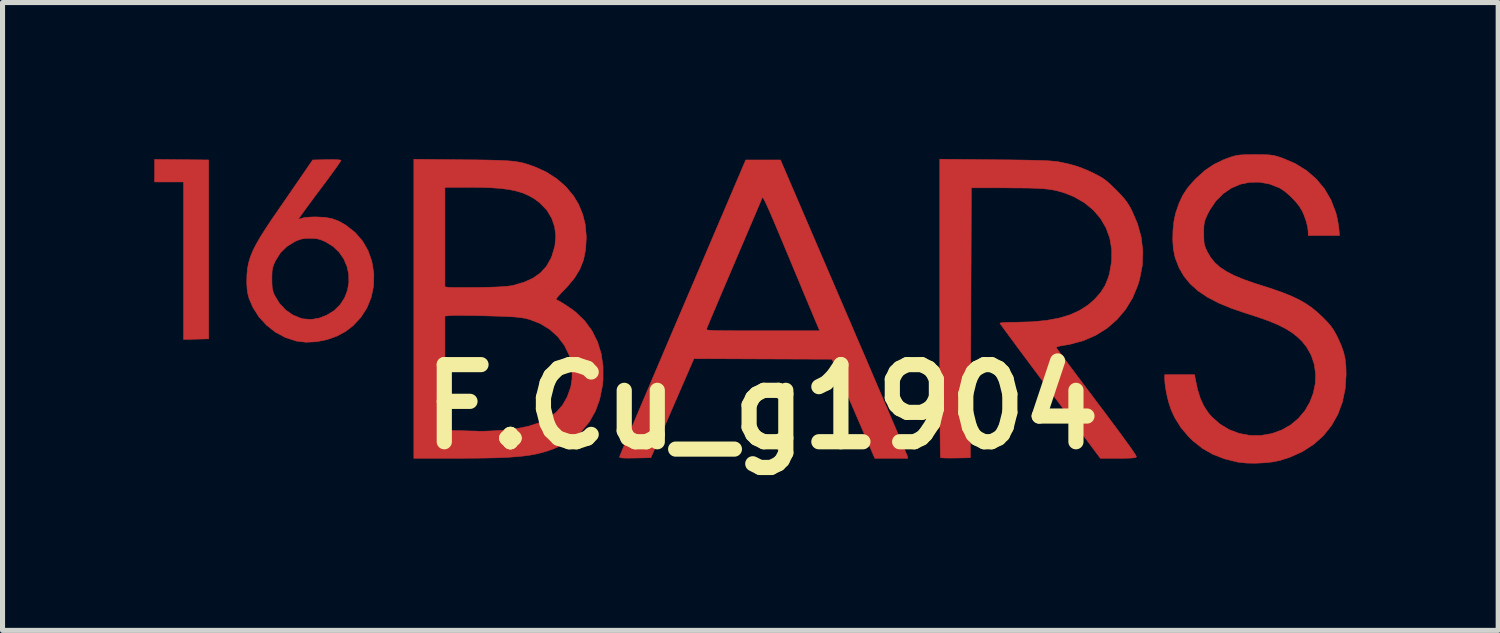
<source format=kicad_pcb>
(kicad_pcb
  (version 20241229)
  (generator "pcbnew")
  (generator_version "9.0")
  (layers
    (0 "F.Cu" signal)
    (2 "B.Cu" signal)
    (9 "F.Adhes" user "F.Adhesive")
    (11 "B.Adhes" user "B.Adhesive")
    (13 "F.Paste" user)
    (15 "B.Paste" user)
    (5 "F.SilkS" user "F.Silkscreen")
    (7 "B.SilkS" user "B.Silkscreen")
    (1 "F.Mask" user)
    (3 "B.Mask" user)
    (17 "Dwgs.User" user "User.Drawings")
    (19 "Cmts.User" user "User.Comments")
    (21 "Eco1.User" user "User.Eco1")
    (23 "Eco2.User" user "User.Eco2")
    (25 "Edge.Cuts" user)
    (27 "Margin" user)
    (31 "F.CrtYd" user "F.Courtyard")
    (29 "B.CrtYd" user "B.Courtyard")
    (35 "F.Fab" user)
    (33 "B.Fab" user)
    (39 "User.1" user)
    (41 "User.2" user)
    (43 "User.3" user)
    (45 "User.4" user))
  (footprint "F.Cu_g1904"
    (layer "F.Cu")
    (at 12.007 4.99)
    (property "Reference" "F.Cu_g1904" (at 0 0 0) (layer "F.SilkS") (effects (font (size 1.524 1.524) (thickness 0.3))))
    (attr through_hole)
    (fp_poly (pts (xy -10.933 -4.879) (xy -10.933 -1.344) (xy -11.43 -1.332) (xy -11.43 -4.445) (xy -12.002 -4.445) (xy -12.002 -4.89) (xy -10.933 -4.879)) (stroke (width 0.01) (type solid)) (fill yes) (layer "F.Cu"))
    (fp_poly (pts (xy 1.612 -1.979) (xy 1.756 -1.646) (xy 1.894 -1.322) (xy 2.028 -1.012) (xy 2.155 -0.715) (xy 2.274 -0.436) (xy 2.386 -0.175) (xy 2.488 0.064) (xy 2.58 0.28) (xy 2.662 0.471) (xy 2.731 0.634) (xy 2.788 0.768) (xy 2.83 0.869) (xy 2.858 0.936) (xy 2.871 0.967) (xy 2.871 0.968) (xy 2.883 1.016) (xy 2.23 1.016) (xy 1.807 0.037) (xy 1.384 -0.942) (xy 0.02 -0.947) (xy -1.344 -0.953) (xy -1.769 0.026) (xy -2.195 1.005) (xy -2.505 1.011) (xy -2.631 1.013) (xy -2.72 1.012) (xy -2.777 1.008) (xy -2.807 1) (xy -2.815 0.99) (xy -2.807 0.968) (xy -2.783 0.909) (xy -2.744 0.815) (xy -2.691 0.689) (xy -2.626 0.533) (xy -2.548 0.348) (xy -2.459 0.138) (xy -2.36 -0.097) (xy -2.251 -0.353) (xy -2.134 -0.628) (xy -2.009 -0.921) (xy -1.878 -1.23) (xy -1.749 -1.532) (xy -1.095 -1.532) (xy -1.089 -1.525) (xy -1.074 -1.519) (xy -1.045 -1.515) (xy -1 -1.511) (xy -0.936 -1.508) (xy -0.848 -1.506) (xy -0.735 -1.505) (xy -0.591 -1.504) (xy -0.415 -1.503) (xy -0.203 -1.503) (xy 0.018 -1.503) (xy 1.142 -1.503) (xy 1.09 -1.625) (xy 1.072 -1.666) (xy 1.04 -1.742) (xy 0.995 -1.85) (xy 0.938 -1.986) (xy 0.871 -2.145) (xy 0.796 -2.325) (xy 0.715 -2.522) (xy 0.627 -2.731) (xy 0.537 -2.949) (xy 0.531 -2.963) (xy 0.426 -3.213) (xy 0.337 -3.427) (xy 0.261 -3.606) (xy 0.198 -3.755) (xy 0.146 -3.874) (xy 0.105 -3.967) (xy 0.072 -4.037) (xy 0.047 -4.086) (xy 0.029 -4.117) (xy 0.016 -4.132) (xy 0.008 -4.134) (xy 0.003 -4.127) (xy -0.009 -4.099) (xy -0.035 -4.035) (xy -0.076 -3.939) (xy -0.129 -3.815) (xy -0.193 -3.665) (xy -0.266 -3.494) (xy -0.347 -3.304) (xy -0.434 -3.1) (xy -0.526 -2.884) (xy -0.551 -2.826) (xy -0.644 -2.608) (xy -0.732 -2.401) (xy -0.814 -2.209) (xy -0.888 -2.034) (xy -0.953 -1.88) (xy -1.008 -1.751) (xy -1.05 -1.649) (xy -1.079 -1.579) (xy -1.094 -1.543) (xy -1.095 -1.54) (xy -1.095 -1.532) (xy -1.749 -1.532) (xy -1.741 -1.551) (xy -1.599 -1.883) (xy -1.567 -1.958) (xy -0.32 -4.879) (xy 0.366 -4.879) (xy 1.612 -1.979)) (stroke (width 0.01) (type solid)) (fill yes) (layer "F.Cu"))
    (fp_poly (pts (xy -8.379 -4.883) (xy -8.329 -4.876) (xy -8.319 -4.869) (xy -8.331 -4.847) (xy -8.366 -4.796) (xy -8.42 -4.719) (xy -8.491 -4.621) (xy -8.576 -4.505) (xy -8.671 -4.377) (xy -8.742 -4.283) (xy -8.843 -4.148) (xy -8.934 -4.024) (xy -9.014 -3.916) (xy -9.079 -3.826) (xy -9.126 -3.76) (xy -9.153 -3.72) (xy -9.158 -3.711) (xy -9.135 -3.713) (xy -9.091 -3.728) (xy -9.089 -3.728) (xy -9.04 -3.74) (xy -8.961 -3.748) (xy -8.863 -3.753) (xy -8.805 -3.753) (xy -8.635 -3.745) (xy -8.491 -3.718) (xy -8.36 -3.669) (xy -8.227 -3.593) (xy -8.217 -3.586) (xy -8.038 -3.444) (xy -7.892 -3.276) (xy -7.783 -3.086) (xy -7.709 -2.874) (xy -7.671 -2.642) (xy -7.669 -2.614) (xy -7.676 -2.382) (xy -7.722 -2.162) (xy -7.806 -1.956) (xy -7.926 -1.769) (xy -8.08 -1.604) (xy -8.228 -1.49) (xy -8.403 -1.396) (xy -8.598 -1.328) (xy -8.804 -1.287) (xy -9.009 -1.277) (xy -9.201 -1.3) (xy -9.207 -1.302) (xy -9.419 -1.371) (xy -9.615 -1.476) (xy -9.79 -1.614) (xy -9.941 -1.779) (xy -10.06 -1.967) (xy -10.133 -2.137) (xy -10.158 -2.226) (xy -10.173 -2.318) (xy -10.18 -2.428) (xy -10.18 -2.487) (xy -10.179 -2.529) (xy -9.684 -2.529) (xy -9.682 -2.425) (xy -9.677 -2.35) (xy -9.664 -2.29) (xy -9.643 -2.231) (xy -9.627 -2.197) (xy -9.535 -2.046) (xy -9.415 -1.917) (xy -9.273 -1.817) (xy -9.116 -1.752) (xy -9.058 -1.738) (xy -8.907 -1.727) (xy -8.752 -1.753) (xy -8.6 -1.812) (xy -8.452 -1.904) (xy -8.334 -2.02) (xy -8.247 -2.155) (xy -8.19 -2.303) (xy -8.163 -2.459) (xy -8.166 -2.617) (xy -8.199 -2.773) (xy -8.262 -2.921) (xy -8.355 -3.056) (xy -8.477 -3.172) (xy -8.628 -3.264) (xy -8.63 -3.265) (xy -8.717 -3.302) (xy -8.791 -3.322) (xy -8.873 -3.33) (xy -8.932 -3.331) (xy -9.03 -3.328) (xy -9.106 -3.315) (xy -9.182 -3.288) (xy -9.23 -3.267) (xy -9.387 -3.17) (xy -9.516 -3.043) (xy -9.615 -2.885) (xy -9.618 -2.879) (xy -9.649 -2.81) (xy -9.668 -2.752) (xy -9.679 -2.691) (xy -9.683 -2.613) (xy -9.684 -2.529) (xy -10.179 -2.529) (xy -10.177 -2.615) (xy -10.166 -2.733) (xy -10.144 -2.847) (xy -10.11 -2.961) (xy -10.062 -3.081) (xy -9.996 -3.211) (xy -9.912 -3.357) (xy -9.807 -3.524) (xy -9.679 -3.716) (xy -9.604 -3.824) (xy -9.503 -3.971) (xy -9.398 -4.123) (xy -9.296 -4.271) (xy -9.202 -4.408) (xy -9.121 -4.525) (xy -9.067 -4.604) (xy -8.878 -4.879) (xy -8.598 -4.885) (xy -8.469 -4.886) (xy -8.379 -4.883)) (stroke (width 0.01) (type solid)) (fill yes) (layer "F.Cu"))
    (fp_poly (pts (xy 4.609 -4.883) (xy 4.866 -4.881) (xy 5.084 -4.878) (xy 5.267 -4.875) (xy 5.42 -4.871) (xy 5.545 -4.867) (xy 5.647 -4.863) (xy 5.73 -4.857) (xy 5.796 -4.851) (xy 5.851 -4.844) (xy 5.884 -4.838) (xy 6.077 -4.796) (xy 6.246 -4.747) (xy 6.406 -4.685) (xy 6.567 -4.61) (xy 6.661 -4.561) (xy 6.738 -4.516) (xy 6.806 -4.466) (xy 6.878 -4.403) (xy 6.964 -4.32) (xy 6.997 -4.288) (xy 7.093 -4.189) (xy 7.165 -4.108) (xy 7.221 -4.032) (xy 7.27 -3.953) (xy 7.307 -3.884) (xy 7.423 -3.615) (xy 7.496 -3.344) (xy 7.527 -3.071) (xy 7.516 -2.796) (xy 7.463 -2.52) (xy 7.428 -2.403) (xy 7.323 -2.151) (xy 7.185 -1.924) (xy 7.016 -1.725) (xy 6.819 -1.554) (xy 6.596 -1.414) (xy 6.349 -1.307) (xy 6.08 -1.235) (xy 5.98 -1.218) (xy 5.902 -1.205) (xy 5.843 -1.191) (xy 5.814 -1.179) (xy 5.812 -1.177) (xy 5.825 -1.157) (xy 5.861 -1.107) (xy 5.919 -1.029) (xy 5.995 -0.925) (xy 6.089 -0.8) (xy 6.197 -0.656) (xy 6.317 -0.495) (xy 6.448 -0.321) (xy 6.587 -0.137) (xy 6.613 -0.102) (xy 6.779 0.118) (xy 6.928 0.318) (xy 7.059 0.494) (xy 7.171 0.647) (xy 7.262 0.773) (xy 7.331 0.871) (xy 7.377 0.941) (xy 7.399 0.979) (xy 7.4 0.985) (xy 7.389 0.997) (xy 7.361 1.005) (xy 7.31 1.011) (xy 7.232 1.014) (xy 7.12 1.016) (xy 7.038 1.016) (xy 6.687 1.016) (xy 5.698 -0.307) (xy 5.542 -0.517) (xy 5.394 -0.716) (xy 5.254 -0.903) (xy 5.126 -1.075) (xy 5.011 -1.23) (xy 4.912 -1.365) (xy 4.829 -1.477) (xy 4.766 -1.563) (xy 4.723 -1.622) (xy 4.704 -1.65) (xy 4.703 -1.652) (xy 4.72 -1.66) (xy 4.776 -1.666) (xy 4.867 -1.67) (xy 4.99 -1.672) (xy 5.021 -1.672) (xy 5.339 -1.681) (xy 5.621 -1.708) (xy 5.871 -1.754) (xy 6.09 -1.82) (xy 6.281 -1.907) (xy 6.448 -2.015) (xy 6.574 -2.125) (xy 6.694 -2.261) (xy 6.782 -2.4) (xy 6.845 -2.556) (xy 6.868 -2.635) (xy 6.91 -2.876) (xy 6.912 -3.108) (xy 6.875 -3.329) (xy 6.801 -3.534) (xy 6.692 -3.722) (xy 6.548 -3.89) (xy 6.372 -4.034) (xy 6.165 -4.153) (xy 5.997 -4.221) (xy 5.911 -4.248) (xy 5.83 -4.27) (xy 5.746 -4.288) (xy 5.654 -4.302) (xy 5.549 -4.312) (xy 5.425 -4.319) (xy 5.276 -4.324) (xy 5.098 -4.326) (xy 4.884 -4.327) (xy 4.837 -4.328) (xy 4.138 -4.329) (xy 4.128 -1.662) (xy 4.117 1.005) (xy 3.83 1.011) (xy 3.724 1.012) (xy 3.633 1.011) (xy 3.566 1.008) (xy 3.531 1.004) (xy 3.528 1.002) (xy 3.527 0.98) (xy 3.525 0.917) (xy 3.523 0.818) (xy 3.522 0.683) (xy 3.52 0.515) (xy 3.519 0.317) (xy 3.518 0.091) (xy 3.517 -0.16) (xy 3.516 -0.434) (xy 3.515 -0.729) (xy 3.514 -1.041) (xy 3.514 -1.37) (xy 3.514 -1.712) (xy 3.514 -1.953) (xy 3.514 -4.894) (xy 4.609 -4.883)) (stroke (width 0.01) (type solid)) (fill yes) (layer "F.Cu"))
    (fp_poly (pts (xy -5.921 -4.883) (xy -5.678 -4.881) (xy -5.472 -4.878) (xy -5.299 -4.874) (xy -5.155 -4.869) (xy -5.035 -4.863) (xy -4.934 -4.855) (xy -4.848 -4.844) (xy -4.772 -4.831) (xy -4.701 -4.814) (xy -4.631 -4.793) (xy -4.558 -4.768) (xy -4.49 -4.744) (xy -4.261 -4.64) (xy -4.054 -4.507) (xy -3.873 -4.349) (xy -3.723 -4.168) (xy -3.621 -3.997) (xy -3.541 -3.802) (xy -3.492 -3.603) (xy -3.473 -3.386) (xy -3.472 -3.334) (xy -3.485 -3.106) (xy -3.526 -2.904) (xy -3.598 -2.72) (xy -3.704 -2.546) (xy -3.848 -2.374) (xy -3.891 -2.329) (xy -3.963 -2.255) (xy -4.02 -2.193) (xy -4.058 -2.147) (xy -4.072 -2.124) (xy -4.071 -2.122) (xy -4.026 -2.101) (xy -3.958 -2.062) (xy -3.877 -2.011) (xy -3.794 -1.955) (xy -3.719 -1.902) (xy -3.679 -1.87) (xy -3.502 -1.699) (xy -3.359 -1.504) (xy -3.25 -1.287) (xy -3.177 -1.051) (xy -3.14 -0.799) (xy -3.14 -0.533) (xy -3.153 -0.413) (xy -3.206 -0.15) (xy -3.292 0.086) (xy -3.41 0.295) (xy -3.561 0.477) (xy -3.745 0.632) (xy -3.961 0.76) (xy -4.113 0.827) (xy -4.223 0.866) (xy -4.334 0.9) (xy -4.451 0.929) (xy -4.577 0.953) (xy -4.717 0.972) (xy -4.875 0.987) (xy -5.055 0.999) (xy -5.261 1.007) (xy -5.497 1.012) (xy -5.768 1.015) (xy -6.048 1.016) (xy -6.879 1.016) (xy -6.879 -1.794) (xy -6.265 -1.794) (xy -6.265 0.464) (xy -5.974 0.471) (xy -5.857 0.474) (xy -5.745 0.477) (xy -5.649 0.479) (xy -5.583 0.482) (xy -5.577 0.482) (xy -5.517 0.482) (xy -5.426 0.479) (xy -5.315 0.474) (xy -5.195 0.467) (xy -5.161 0.465) (xy -4.872 0.435) (xy -4.619 0.384) (xy -4.402 0.314) (xy -4.217 0.221) (xy -4.064 0.106) (xy -3.942 -0.032) (xy -3.848 -0.196) (xy -3.781 -0.384) (xy -3.776 -0.402) (xy -3.753 -0.55) (xy -3.751 -0.714) (xy -3.77 -0.876) (xy -3.808 -1.019) (xy -3.809 -1.021) (xy -3.905 -1.217) (xy -4.035 -1.388) (xy -4.194 -1.531) (xy -4.381 -1.646) (xy -4.592 -1.727) (xy -4.629 -1.737) (xy -4.685 -1.751) (xy -4.746 -1.761) (xy -4.818 -1.77) (xy -4.907 -1.778) (xy -5.018 -1.784) (xy -5.157 -1.79) (xy -5.33 -1.795) (xy -5.419 -1.798) (xy -5.583 -1.802) (xy -5.739 -1.805) (xy -5.88 -1.807) (xy -6 -1.808) (xy -6.091 -1.807) (xy -6.148 -1.805) (xy -6.154 -1.805) (xy -6.265 -1.794) (xy -6.879 -1.794) (xy -6.879 -2.373) (xy -6.265 -2.373) (xy -6.207 -2.363) (xy -6.17 -2.361) (xy -6.098 -2.359) (xy -5.996 -2.358) (xy -5.871 -2.358) (xy -5.729 -2.359) (xy -5.609 -2.36) (xy -5.418 -2.363) (xy -5.264 -2.368) (xy -5.141 -2.374) (xy -5.043 -2.382) (xy -4.964 -2.392) (xy -4.913 -2.402) (xy -4.699 -2.464) (xy -4.52 -2.546) (xy -4.374 -2.65) (xy -4.259 -2.778) (xy -4.17 -2.933) (xy -4.151 -2.979) (xy -4.092 -3.178) (xy -4.074 -3.372) (xy -4.096 -3.558) (xy -4.156 -3.731) (xy -4.252 -3.889) (xy -4.386 -4.028) (xy -4.494 -4.109) (xy -4.603 -4.172) (xy -4.72 -4.224) (xy -4.85 -4.264) (xy -4.998 -4.295) (xy -5.169 -4.317) (xy -5.368 -4.331) (xy -5.601 -4.338) (xy -5.763 -4.339) (xy -6.265 -4.339) (xy -6.265 -2.373) (xy -6.879 -2.373) (xy -6.879 -4.893) (xy -5.921 -4.883)) (stroke (width 0.01) (type solid)) (fill yes) (layer "F.Cu"))
    (fp_poly (pts (xy 9.876 -4.984) (xy 9.972 -4.982) (xy 10.046 -4.977) (xy 10.108 -4.968) (xy 10.167 -4.954) (xy 10.234 -4.933) (xy 10.287 -4.915) (xy 10.539 -4.807) (xy 10.762 -4.669) (xy 10.954 -4.503) (xy 11.115 -4.309) (xy 11.244 -4.089) (xy 11.338 -3.845) (xy 11.345 -3.822) (xy 11.369 -3.72) (xy 11.39 -3.606) (xy 11.4 -3.534) (xy 11.414 -3.387) (xy 10.795 -3.387) (xy 10.795 -3.455) (xy 10.784 -3.551) (xy 10.755 -3.668) (xy 10.711 -3.792) (xy 10.676 -3.871) (xy 10.616 -3.969) (xy 10.529 -4.075) (xy 10.428 -4.177) (xy 10.324 -4.265) (xy 10.229 -4.326) (xy 10.033 -4.403) (xy 9.835 -4.44) (xy 9.64 -4.438) (xy 9.452 -4.399) (xy 9.275 -4.323) (xy 9.113 -4.212) (xy 8.97 -4.068) (xy 8.851 -3.892) (xy 8.823 -3.84) (xy 8.782 -3.756) (xy 8.756 -3.693) (xy 8.741 -3.637) (xy 8.733 -3.574) (xy 8.731 -3.491) (xy 8.731 -3.43) (xy 8.732 -3.327) (xy 8.736 -3.253) (xy 8.747 -3.195) (xy 8.765 -3.141) (xy 8.794 -3.078) (xy 8.8 -3.065) (xy 8.866 -2.953) (xy 8.946 -2.853) (xy 9.047 -2.762) (xy 9.172 -2.679) (xy 9.324 -2.599) (xy 9.508 -2.522) (xy 9.728 -2.444) (xy 9.864 -2.401) (xy 10.101 -2.325) (xy 10.303 -2.253) (xy 10.475 -2.183) (xy 10.623 -2.112) (xy 10.754 -2.036) (xy 10.874 -1.953) (xy 10.987 -1.858) (xy 11.093 -1.758) (xy 11.182 -1.666) (xy 11.248 -1.588) (xy 11.302 -1.509) (xy 11.353 -1.417) (xy 11.374 -1.376) (xy 11.445 -1.219) (xy 11.494 -1.081) (xy 11.525 -0.946) (xy 11.54 -0.798) (xy 11.544 -0.646) (xy 11.526 -0.36) (xy 11.47 -0.094) (xy 11.379 0.151) (xy 11.253 0.373) (xy 11.094 0.57) (xy 10.903 0.741) (xy 10.681 0.884) (xy 10.43 0.997) (xy 10.225 1.062) (xy 10.086 1.089) (xy 9.922 1.106) (xy 9.747 1.114) (xy 9.579 1.111) (xy 9.431 1.096) (xy 9.398 1.091) (xy 9.14 1.027) (xy 8.912 0.939) (xy 8.708 0.823) (xy 8.52 0.675) (xy 8.432 0.589) (xy 8.277 0.406) (xy 8.155 0.209) (xy 8.086 0.057) (xy 8.048 -0.056) (xy 8.012 -0.189) (xy 7.984 -0.328) (xy 7.965 -0.457) (xy 7.959 -0.553) (xy 7.959 -0.635) (xy 8.549 -0.635) (xy 8.563 -0.556) (xy 8.607 -0.345) (xy 8.662 -0.169) (xy 8.731 -0.018) (xy 8.818 0.114) (xy 8.885 0.193) (xy 9.047 0.338) (xy 9.231 0.449) (xy 9.43 0.525) (xy 9.639 0.564) (xy 9.855 0.566) (xy 10.07 0.529) (xy 10.266 0.46) (xy 10.446 0.359) (xy 10.6 0.23) (xy 10.727 0.08) (xy 10.826 -0.089) (xy 10.895 -0.269) (xy 10.934 -0.457) (xy 10.941 -0.648) (xy 10.916 -0.836) (xy 10.856 -1.017) (xy 10.761 -1.186) (xy 10.673 -1.295) (xy 10.577 -1.387) (xy 10.469 -1.471) (xy 10.344 -1.548) (xy 10.196 -1.623) (xy 10.02 -1.696) (xy 9.813 -1.77) (xy 9.582 -1.844) (xy 9.284 -1.945) (xy 9.025 -2.052) (xy 8.804 -2.167) (xy 8.617 -2.293) (xy 8.463 -2.431) (xy 8.339 -2.582) (xy 8.242 -2.75) (xy 8.17 -2.936) (xy 8.156 -2.986) (xy 8.129 -3.131) (xy 8.118 -3.301) (xy 8.122 -3.481) (xy 8.14 -3.659) (xy 8.173 -3.818) (xy 8.18 -3.842) (xy 8.243 -4.025) (xy 8.316 -4.18) (xy 8.407 -4.32) (xy 8.525 -4.458) (xy 8.584 -4.519) (xy 8.753 -4.671) (xy 8.928 -4.79) (xy 9.122 -4.884) (xy 9.26 -4.935) (xy 9.323 -4.955) (xy 9.382 -4.968) (xy 9.447 -4.977) (xy 9.527 -4.982) (xy 9.633 -4.984) (xy 9.747 -4.985) (xy 9.876 -4.984)) (stroke (width 0.01) (type solid)) (fill yes) (layer "F.Cu")))
  (gr_rect
    (start -3 -3)
    (end 26.556 9.408)
    (stroke (width 0.1) (type default))
    (fill no)
    (layer "Edge.Cuts")))
</source>
